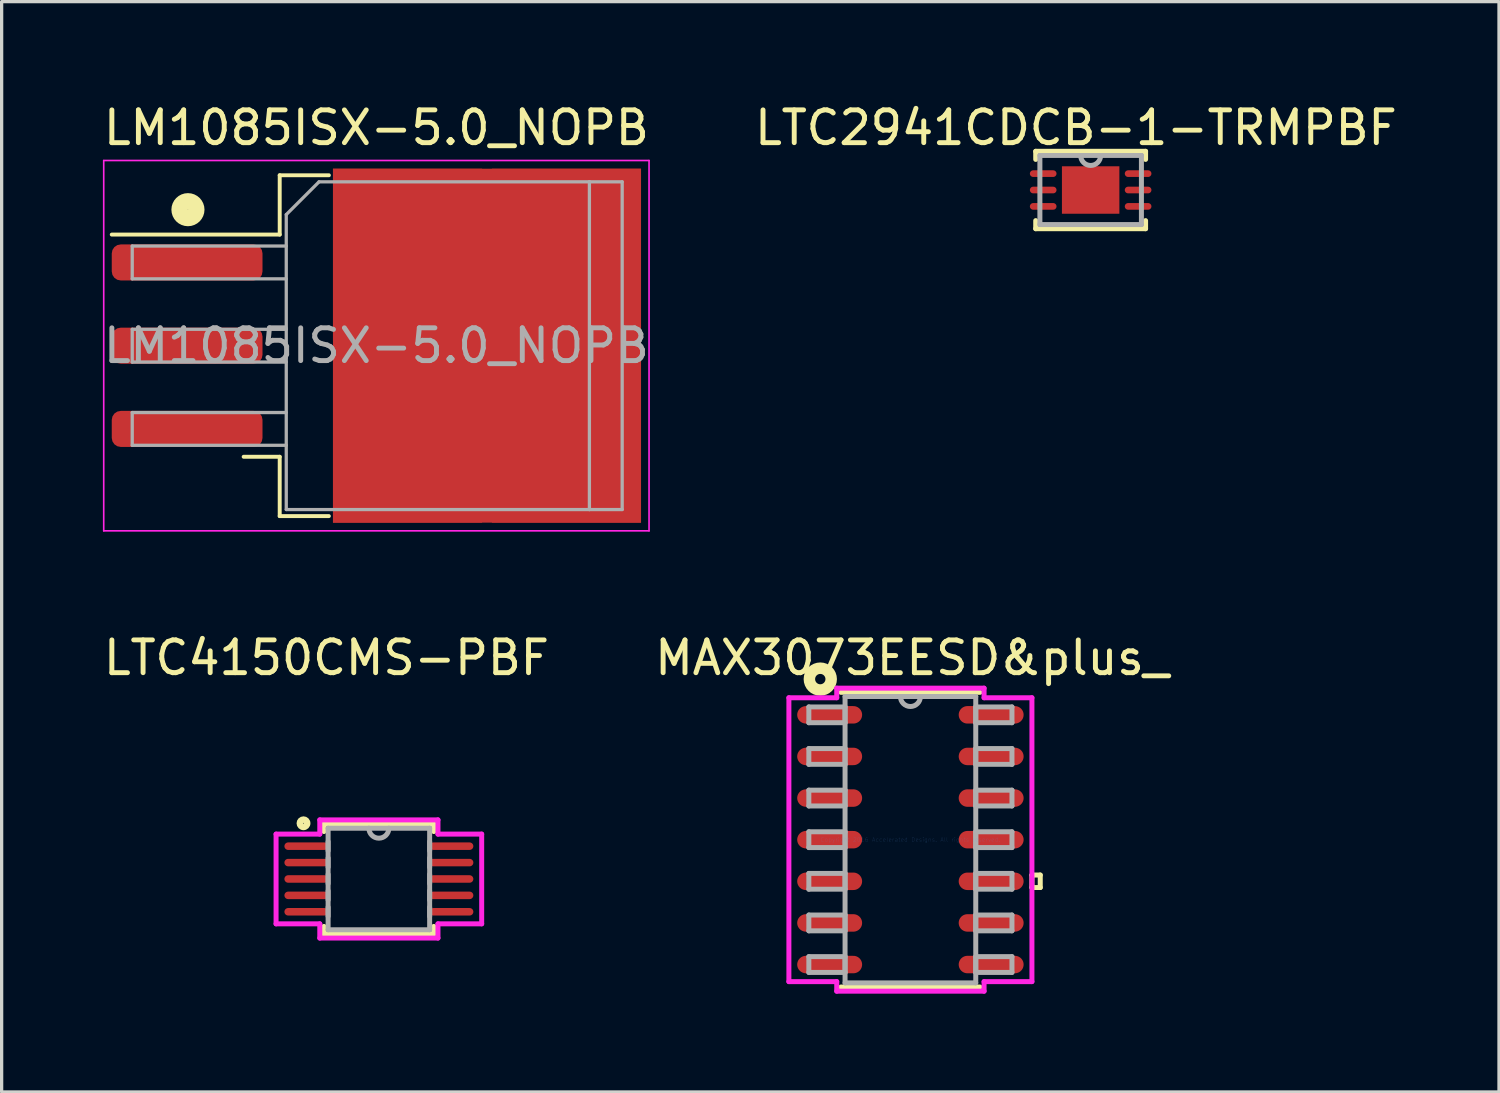
<source format=kicad_pcb>
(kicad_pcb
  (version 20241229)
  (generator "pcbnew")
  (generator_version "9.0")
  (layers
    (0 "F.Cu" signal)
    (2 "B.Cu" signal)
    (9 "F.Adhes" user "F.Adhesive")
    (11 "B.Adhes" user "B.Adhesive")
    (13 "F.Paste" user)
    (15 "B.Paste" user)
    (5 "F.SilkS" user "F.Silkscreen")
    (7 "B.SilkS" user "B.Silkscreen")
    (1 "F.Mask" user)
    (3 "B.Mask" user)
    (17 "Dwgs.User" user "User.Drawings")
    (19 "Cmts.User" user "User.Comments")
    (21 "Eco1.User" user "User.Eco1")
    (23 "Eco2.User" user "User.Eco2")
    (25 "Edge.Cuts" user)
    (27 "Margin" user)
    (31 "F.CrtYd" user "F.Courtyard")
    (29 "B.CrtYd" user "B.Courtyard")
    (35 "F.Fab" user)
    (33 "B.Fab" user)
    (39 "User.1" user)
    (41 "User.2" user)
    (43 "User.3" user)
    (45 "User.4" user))
  (footprint "LTC2941CDCB-1-TRMPBF"
    (layer "F.Cu")
    (at 30.23 2.748)
    (property "Reference" "LTC2941CDCB-1-TRMPBF" (at -0.45 -1.9 0) (layer "F.SilkS") (effects (font (size 1 1) (thickness 0.15))))
    (attr through_hole)
    (fp_line (start -1.676 -1.181) (end -1.676 -0.934) (stroke (width 0.152) (type solid)) (layer "F.SilkS"))
    (fp_line (start -1.676 0.934) (end -1.676 1.181) (stroke (width 0.152) (type solid)) (layer "F.SilkS"))
    (fp_line (start -1.676 1.181) (end 1.676 1.181) (stroke (width 0.152) (type solid)) (layer "F.SilkS"))
    (fp_line (start 1.676 -1.181) (end -1.676 -1.181) (stroke (width 0.152) (type solid)) (layer "F.SilkS"))
    (fp_line (start 1.676 -0.934) (end 1.676 -1.181) (stroke (width 0.152) (type solid)) (layer "F.SilkS"))
    (fp_line (start 1.676 1.181) (end 1.676 0.934) (stroke (width 0.152) (type solid)) (layer "F.SilkS"))
    (fp_line (start -1.549 -1.054) (end -1.549 1.054) (stroke (width 0.152) (type solid)) (layer "F.Fab"))
    (fp_line (start -1.549 1.054) (end 1.549 1.054) (stroke (width 0.152) (type solid)) (layer "F.Fab"))
    (fp_line (start 1.549 -1.054) (end -1.549 -1.054) (stroke (width 0.152) (type solid)) (layer "F.Fab"))
    (fp_line (start 1.549 1.054) (end 1.549 -1.054) (stroke (width 0.152) (type solid)) (layer "F.Fab"))
    (fp_arc (start 0.3048 -1.0541) (mid 0 -0.7493) (end -0.3048 -1.0541) (stroke (width 0.1524) (type solid)) (layer "F.Fab"))
    (pad "1" smd oval (at -1.448 -0.5) (size 0.813 0.203) (layers "F.Cu" "F.Mask" "F.Paste"))
    (pad "2" smd oval (at -1.448 0) (size 0.813 0.203) (layers "F.Cu" "F.Mask" "F.Paste"))
    (pad "3" smd oval (at -1.448 0.5) (size 0.813 0.203) (layers "F.Cu" "F.Mask" "F.Paste"))
    (pad "4" smd oval (at 1.448 0.5) (size 0.813 0.203) (layers "F.Cu" "F.Mask" "F.Paste"))
    (pad "5" smd oval (at 1.448 0) (size 0.813 0.203) (layers "F.Cu" "F.Mask" "F.Paste"))
    (pad "6" smd oval (at 1.448 -0.5) (size 0.813 0.203) (layers "F.Cu" "F.Mask" "F.Paste"))
    (pad "7" smd rect (at 0 0) (size 1.753 1.448) (layers "F.Cu" "F.Mask" "F.Paste")))
  (footprint "LM1085ISX-5.0_NOPB"
    (layer "F.Cu")
    (at 8.435 7.498)
    (property "Reference" "LM1085ISX-5.0_NOPB" (at 0 -6.65 0) (layer "F.SilkS") (effects (font (size 1 1) (thickness 0.15))))
    (attr smd)
    (fp_line (start -2.95 -5.2) (end -2.95 -3.39) (stroke (width 0.12) (type solid)) (layer "F.SilkS"))
    (fp_line (start -2.95 -3.39) (end -8.075 -3.39) (stroke (width 0.12) (type solid)) (layer "F.SilkS"))
    (fp_line (start -2.95 3.39) (end -4.05 3.39) (stroke (width 0.12) (type solid)) (layer "F.SilkS"))
    (fp_line (start -2.95 5.2) (end -2.95 3.39) (stroke (width 0.12) (type solid)) (layer "F.SilkS"))
    (fp_line (start -1.45 -5.2) (end -2.95 -5.2) (stroke (width 0.12) (type solid)) (layer "F.SilkS"))
    (fp_line (start -1.45 5.2) (end -2.95 5.2) (stroke (width 0.12) (type solid)) (layer "F.SilkS"))
    (fp_circle (center -5.75 -4.15) (end -5.5 -4.2) (stroke (width 0.5) (type solid)) (fill no) (layer "F.SilkS"))
    (fp_line (start -8.32 -5.65) (end -8.32 5.65) (stroke (width 0.05) (type solid)) (layer "F.CrtYd"))
    (fp_line (start -8.32 5.65) (end 8.32 5.65) (stroke (width 0.05) (type solid)) (layer "F.CrtYd"))
    (fp_line (start 8.32 -5.65) (end -8.32 -5.65) (stroke (width 0.05) (type solid)) (layer "F.CrtYd"))
    (fp_line (start 8.32 5.65) (end 8.32 -5.65) (stroke (width 0.05) (type solid)) (layer "F.CrtYd"))
    (fp_line (start -7.45 -3.04) (end -7.45 -2.04) (stroke (width 0.1) (type solid)) (layer "F.Fab"))
    (fp_line (start -7.45 -2.04) (end -2.75 -2.04) (stroke (width 0.1) (type solid)) (layer "F.Fab"))
    (fp_line (start -7.45 -0.5) (end -7.45 0.5) (stroke (width 0.1) (type solid)) (layer "F.Fab"))
    (fp_line (start -7.45 0.5) (end -2.75 0.5) (stroke (width 0.1) (type solid)) (layer "F.Fab"))
    (fp_line (start -7.45 2.04) (end -7.45 3.04) (stroke (width 0.1) (type solid)) (layer "F.Fab"))
    (fp_line (start -7.45 3.04) (end -2.75 3.04) (stroke (width 0.1) (type solid)) (layer "F.Fab"))
    (fp_line (start -2.75 -4) (end -1.75 -5) (stroke (width 0.1) (type solid)) (layer "F.Fab"))
    (fp_line (start -2.75 -3.04) (end -7.45 -3.04) (stroke (width 0.1) (type solid)) (layer "F.Fab"))
    (fp_line (start -2.75 -0.5) (end -7.45 -0.5) (stroke (width 0.1) (type solid)) (layer "F.Fab"))
    (fp_line (start -2.75 2.04) (end -7.45 2.04) (stroke (width 0.1) (type solid)) (layer "F.Fab"))
    (fp_line (start -2.75 5) (end -2.75 -4) (stroke (width 0.1) (type solid)) (layer "F.Fab"))
    (fp_line (start -1.75 -5) (end 6.5 -5) (stroke (width 0.1) (type solid)) (layer "F.Fab"))
    (fp_line (start 6.5 -5) (end 6.5 5) (stroke (width 0.1) (type solid)) (layer "F.Fab"))
    (fp_line (start 6.5 -5) (end 7.5 -5) (stroke (width 0.1) (type solid)) (layer "F.Fab"))
    (fp_line (start 6.5 5) (end -2.75 5) (stroke (width 0.1) (type solid)) (layer "F.Fab"))
    (fp_line (start 7.5 -5) (end 7.5 5) (stroke (width 0.1) (type solid)) (layer "F.Fab"))
    (fp_line (start 7.5 5) (end 6.5 5) (stroke (width 0.1) (type solid)) (layer "F.Fab"))
    (fp_text user "${REFERENCE}" (at 0 0 0) (layer "F.Fab") (effects (font (size 1 1) (thickness 0.15))))
    (pad "1" smd roundrect (at -5.775 -2.54) (size 4.6 1.1) (layers "F.Cu" "F.Mask" "F.Paste") (roundrect_rratio 0.25))
    (pad "2" smd roundrect (at -5.775 0) (size 4.6 1.1) (layers "F.Cu" "F.Mask" "F.Paste") (roundrect_rratio 0.25))
    (pad "3" smd roundrect (at -5.775 2.54) (size 4.6 1.1) (layers "F.Cu" "F.Mask" "F.Paste") (roundrect_rratio 0.25))
    (pad "4" smd rect (at 0.95 -2.775) (size 4.55 5.25) (layers "F.Cu" "F.Paste"))
    (pad "4" smd rect (at 0.95 2.775) (size 4.55 5.25) (layers "F.Cu" "F.Paste"))
    (pad "4" smd rect (at 3.375 0) (size 9.4 10.8) (layers "F.Cu" "F.Mask"))
    (pad "4" smd rect (at 5.8 -2.775) (size 4.55 5.25) (layers "F.Cu" "F.Paste"))
    (pad "4" smd rect (at 5.8 2.775) (size 4.55 5.25) (layers "F.Cu" "F.Paste")))
  (footprint "LTC4150CMS-PBF"
    (layer "F.Cu")
    (at 8.511 23.771)
    (property "Reference" "LTC4150CMS-PBF" (at -1.6 -6.75 0) (layer "F.SilkS") (effects (font (size 1 1) (thickness 0.15))))
    (attr through_hole)
    (fp_line (start -1.676 -1.676) (end -1.676 -1.448) (stroke (width 0.152) (type solid)) (layer "F.SilkS"))
    (fp_line (start -1.676 1.448) (end -1.676 1.676) (stroke (width 0.152) (type solid)) (layer "F.SilkS"))
    (fp_line (start -1.676 1.676) (end 1.676 1.676) (stroke (width 0.152) (type solid)) (layer "F.SilkS"))
    (fp_line (start 1.676 -1.676) (end -1.676 -1.676) (stroke (width 0.152) (type solid)) (layer "F.SilkS"))
    (fp_line (start 1.676 -1.448) (end 1.676 -1.676) (stroke (width 0.152) (type solid)) (layer "F.SilkS"))
    (fp_line (start 1.676 1.676) (end 1.676 1.448) (stroke (width 0.152) (type solid)) (layer "F.SilkS"))
    (fp_circle (center -2.3 -1.7) (end -2.2 -1.65) (stroke (width 0.2) (type solid)) (fill no) (layer "F.SilkS"))
    (fp_line (start -3.137 -1.369) (end -1.803 -1.369) (stroke (width 0.152) (type solid)) (layer "F.CrtYd"))
    (fp_line (start -3.137 1.369) (end -3.137 -1.369) (stroke (width 0.152) (type solid)) (layer "F.CrtYd"))
    (fp_line (start -1.803 -1.803) (end 1.803 -1.803) (stroke (width 0.152) (type solid)) (layer "F.CrtYd"))
    (fp_line (start -1.803 -1.369) (end -1.803 -1.803) (stroke (width 0.152) (type solid)) (layer "F.CrtYd"))
    (fp_line (start -1.803 1.369) (end -3.137 1.369) (stroke (width 0.152) (type solid)) (layer "F.CrtYd"))
    (fp_line (start -1.803 1.803) (end -1.803 1.369) (stroke (width 0.152) (type solid)) (layer "F.CrtYd"))
    (fp_line (start 1.803 -1.803) (end 1.803 -1.369) (stroke (width 0.152) (type solid)) (layer "F.CrtYd"))
    (fp_line (start 1.803 -1.369) (end 3.137 -1.369) (stroke (width 0.152) (type solid)) (layer "F.CrtYd"))
    (fp_line (start 1.803 1.369) (end 1.803 1.803) (stroke (width 0.152) (type solid)) (layer "F.CrtYd"))
    (fp_line (start 1.803 1.803) (end -1.803 1.803) (stroke (width 0.152) (type solid)) (layer "F.CrtYd"))
    (fp_line (start 3.137 -1.369) (end 3.137 1.369) (stroke (width 0.152) (type solid)) (layer "F.CrtYd"))
    (fp_line (start 3.137 1.369) (end 1.803 1.369) (stroke (width 0.152) (type solid)) (layer "F.CrtYd"))
    (fp_line (start -1.549 -1.549) (end -1.549 1.549) (stroke (width 0.152) (type solid)) (layer "F.Fab"))
    (fp_line (start -1.549 -0.861) (end -1.549 -1.14) (stroke (width 0.152) (type solid)) (layer "F.Fab"))
    (fp_line (start -1.549 -0.361) (end -1.549 -0.64) (stroke (width 0.152) (type solid)) (layer "F.Fab"))
    (fp_line (start -1.549 0.14) (end -1.549 -0.14) (stroke (width 0.152) (type solid)) (layer "F.Fab"))
    (fp_line (start -1.549 0.64) (end -1.549 0.361) (stroke (width 0.152) (type solid)) (layer "F.Fab"))
    (fp_line (start -1.549 1.14) (end -1.549 0.861) (stroke (width 0.152) (type solid)) (layer "F.Fab"))
    (fp_line (start -1.549 1.549) (end 1.549 1.549) (stroke (width 0.152) (type solid)) (layer "F.Fab"))
    (fp_line (start 1.549 -1.549) (end -1.549 -1.549) (stroke (width 0.152) (type solid)) (layer "F.Fab"))
    (fp_line (start 1.549 -1.14) (end 1.549 -0.861) (stroke (width 0.152) (type solid)) (layer "F.Fab"))
    (fp_line (start 1.549 -0.64) (end 1.549 -0.361) (stroke (width 0.152) (type solid)) (layer "F.Fab"))
    (fp_line (start 1.549 -0.14) (end 1.549 0.14) (stroke (width 0.152) (type solid)) (layer "F.Fab"))
    (fp_line (start 1.549 0.361) (end 1.549 0.64) (stroke (width 0.152) (type solid)) (layer "F.Fab"))
    (fp_line (start 1.549 0.861) (end 1.549 1.14) (stroke (width 0.152) (type solid)) (layer "F.Fab"))
    (fp_line (start 1.549 1.549) (end 1.549 -1.549) (stroke (width 0.152) (type solid)) (layer "F.Fab"))
    (fp_arc (start 0.3048 -1.5494) (mid 0 -1.2446) (end -0.3048 -1.5494) (stroke (width 0.1524) (type solid)) (layer "F.Fab"))
    (pad "1" smd oval (at -2.216 -1.001) (size 1.333 0.229) (layers "F.Cu" "F.Mask" "F.Paste"))
    (pad "2" smd oval (at -2.216 -0.5) (size 1.333 0.229) (layers "F.Cu" "F.Mask" "F.Paste"))
    (pad "3" smd oval (at -2.216 0) (size 1.333 0.229) (layers "F.Cu" "F.Mask" "F.Paste"))
    (pad "4" smd oval (at -2.216 0.5) (size 1.333 0.229) (layers "F.Cu" "F.Mask" "F.Paste"))
    (pad "5" smd oval (at -2.216 1.001) (size 1.333 0.229) (layers "F.Cu" "F.Mask" "F.Paste"))
    (pad "6" smd oval (at 2.216 1.001) (size 1.333 0.229) (layers "F.Cu" "F.Mask" "F.Paste"))
    (pad "7" smd oval (at 2.216 0.5) (size 1.333 0.229) (layers "F.Cu" "F.Mask" "F.Paste"))
    (pad "8" smd oval (at 2.216 0) (size 1.333 0.229) (layers "F.Cu" "F.Mask" "F.Paste"))
    (pad "9" smd oval (at 2.216 -0.5) (size 1.333 0.229) (layers "F.Cu" "F.Mask" "F.Paste"))
    (pad "10" smd oval (at 2.216 -1.001) (size 1.333 0.229) (layers "F.Cu" "F.Mask" "F.Paste")))
  (footprint "MAX3073EESD&plus_"
    (layer "F.Cu")
    (at 24.73 22.572)
    (property "Reference" "MAX3073EESD&plus_" (at 0.05 -5.55 0) (layer "F.SilkS") (effects (font (size 1 1) (thickness 0.15))))
    (attr through_hole)
    (fp_line (start -2.121 4.496) (end 2.121 4.496) (stroke (width 0.152) (type solid)) (layer "F.SilkS"))
    (fp_line (start 2.121 -4.496) (end -2.121 -4.496) (stroke (width 0.152) (type solid)) (layer "F.SilkS"))
    (fp_line (start 3.708 1.079) (end 3.962 1.079) (stroke (width 0.152) (type solid)) (layer "F.SilkS"))
    (fp_line (start 3.708 1.46) (end 3.708 1.079) (stroke (width 0.152) (type solid)) (layer "F.SilkS"))
    (fp_line (start 3.962 1.079) (end 3.962 1.46) (stroke (width 0.152) (type solid)) (layer "F.SilkS"))
    (fp_line (start 3.962 1.46) (end 3.708 1.46) (stroke (width 0.152) (type solid)) (layer "F.SilkS"))
    (fp_circle (center -2.75 -4.9) (end -2.592 -4.9) (stroke (width 0.35) (type solid)) (fill no) (layer "F.SilkS"))
    (fp_line (start -3.708 -4.331) (end -2.248 -4.331) (stroke (width 0.152) (type solid)) (layer "F.CrtYd"))
    (fp_line (start -3.708 4.331) (end -3.708 -4.331) (stroke (width 0.152) (type solid)) (layer "F.CrtYd"))
    (fp_line (start -2.248 -4.623) (end 2.248 -4.623) (stroke (width 0.152) (type solid)) (layer "F.CrtYd"))
    (fp_line (start -2.248 -4.331) (end -2.248 -4.623) (stroke (width 0.152) (type solid)) (layer "F.CrtYd"))
    (fp_line (start -2.248 4.331) (end -3.708 4.331) (stroke (width 0.152) (type solid)) (layer "F.CrtYd"))
    (fp_line (start -2.248 4.623) (end -2.248 4.331) (stroke (width 0.152) (type solid)) (layer "F.CrtYd"))
    (fp_line (start 2.248 -4.623) (end 2.248 -4.331) (stroke (width 0.152) (type solid)) (layer "F.CrtYd"))
    (fp_line (start 2.248 -4.331) (end 3.708 -4.331) (stroke (width 0.152) (type solid)) (layer "F.CrtYd"))
    (fp_line (start 2.248 4.331) (end 2.248 4.623) (stroke (width 0.152) (type solid)) (layer "F.CrtYd"))
    (fp_line (start 2.248 4.623) (end -2.248 4.623) (stroke (width 0.152) (type solid)) (layer "F.CrtYd"))
    (fp_line (start 3.708 -4.331) (end 3.708 4.331) (stroke (width 0.152) (type solid)) (layer "F.CrtYd"))
    (fp_line (start 3.708 4.331) (end 2.248 4.331) (stroke (width 0.152) (type solid)) (layer "F.CrtYd"))
    (fp_line (start -3.099 -4.051) (end -3.099 -3.569) (stroke (width 0.152) (type solid)) (layer "F.Fab"))
    (fp_line (start -3.099 -3.569) (end -1.994 -3.569) (stroke (width 0.152) (type solid)) (layer "F.Fab"))
    (fp_line (start -3.099 -2.781) (end -3.099 -2.299) (stroke (width 0.152) (type solid)) (layer "F.Fab"))
    (fp_line (start -3.099 -2.299) (end -1.994 -2.299) (stroke (width 0.152) (type solid)) (layer "F.Fab"))
    (fp_line (start -3.099 -1.511) (end -3.099 -1.029) (stroke (width 0.152) (type solid)) (layer "F.Fab"))
    (fp_line (start -3.099 -1.029) (end -1.994 -1.029) (stroke (width 0.152) (type solid)) (layer "F.Fab"))
    (fp_line (start -3.099 -0.241) (end -3.099 0.241) (stroke (width 0.152) (type solid)) (layer "F.Fab"))
    (fp_line (start -3.099 0.241) (end -1.994 0.241) (stroke (width 0.152) (type solid)) (layer "F.Fab"))
    (fp_line (start -3.099 1.029) (end -3.099 1.511) (stroke (width 0.152) (type solid)) (layer "F.Fab"))
    (fp_line (start -3.099 1.511) (end -1.994 1.511) (stroke (width 0.152) (type solid)) (layer "F.Fab"))
    (fp_line (start -3.099 2.299) (end -3.099 2.781) (stroke (width 0.152) (type solid)) (layer "F.Fab"))
    (fp_line (start -3.099 2.781) (end -1.994 2.781) (stroke (width 0.152) (type solid)) (layer "F.Fab"))
    (fp_line (start -3.099 3.569) (end -3.099 4.051) (stroke (width 0.152) (type solid)) (layer "F.Fab"))
    (fp_line (start -3.099 4.051) (end -1.994 4.051) (stroke (width 0.152) (type solid)) (layer "F.Fab"))
    (fp_line (start -1.994 -4.369) (end -1.994 4.369) (stroke (width 0.152) (type solid)) (layer "F.Fab"))
    (fp_line (start -1.994 -4.051) (end -3.099 -4.051) (stroke (width 0.152) (type solid)) (layer "F.Fab"))
    (fp_line (start -1.994 -3.569) (end -1.994 -4.051) (stroke (width 0.152) (type solid)) (layer "F.Fab"))
    (fp_line (start -1.994 -2.781) (end -3.099 -2.781) (stroke (width 0.152) (type solid)) (layer "F.Fab"))
    (fp_line (start -1.994 -2.299) (end -1.994 -2.781) (stroke (width 0.152) (type solid)) (layer "F.Fab"))
    (fp_line (start -1.994 -1.511) (end -3.099 -1.511) (stroke (width 0.152) (type solid)) (layer "F.Fab"))
    (fp_line (start -1.994 -1.029) (end -1.994 -1.511) (stroke (width 0.152) (type solid)) (layer "F.Fab"))
    (fp_line (start -1.994 -0.241) (end -3.099 -0.241) (stroke (width 0.152) (type solid)) (layer "F.Fab"))
    (fp_line (start -1.994 0.241) (end -1.994 -0.241) (stroke (width 0.152) (type solid)) (layer "F.Fab"))
    (fp_line (start -1.994 1.029) (end -3.099 1.029) (stroke (width 0.152) (type solid)) (layer "F.Fab"))
    (fp_line (start -1.994 1.511) (end -1.994 1.029) (stroke (width 0.152) (type solid)) (layer "F.Fab"))
    (fp_line (start -1.994 2.299) (end -3.099 2.299) (stroke (width 0.152) (type solid)) (layer "F.Fab"))
    (fp_line (start -1.994 2.781) (end -1.994 2.299) (stroke (width 0.152) (type solid)) (layer "F.Fab"))
    (fp_line (start -1.994 3.569) (end -3.099 3.569) (stroke (width 0.152) (type solid)) (layer "F.Fab"))
    (fp_line (start -1.994 4.051) (end -1.994 3.569) (stroke (width 0.152) (type solid)) (layer "F.Fab"))
    (fp_line (start -1.994 4.369) (end 1.994 4.369) (stroke (width 0.152) (type solid)) (layer "F.Fab"))
    (fp_line (start 1.994 -4.369) (end -1.994 -4.369) (stroke (width 0.152) (type solid)) (layer "F.Fab"))
    (fp_line (start 1.994 -4.051) (end 1.994 -3.569) (stroke (width 0.152) (type solid)) (layer "F.Fab"))
    (fp_line (start 1.994 -3.569) (end 3.099 -3.569) (stroke (width 0.152) (type solid)) (layer "F.Fab"))
    (fp_line (start 1.994 -2.781) (end 1.994 -2.299) (stroke (width 0.152) (type solid)) (layer "F.Fab"))
    (fp_line (start 1.994 -2.299) (end 3.099 -2.299) (stroke (width 0.152) (type solid)) (layer "F.Fab"))
    (fp_line (start 1.994 -1.511) (end 1.994 -1.029) (stroke (width 0.152) (type solid)) (layer "F.Fab"))
    (fp_line (start 1.994 -1.029) (end 3.099 -1.029) (stroke (width 0.152) (type solid)) (layer "F.Fab"))
    (fp_line (start 1.994 -0.241) (end 1.994 0.241) (stroke (width 0.152) (type solid)) (layer "F.Fab"))
    (fp_line (start 1.994 0.241) (end 3.099 0.241) (stroke (width 0.152) (type solid)) (layer "F.Fab"))
    (fp_line (start 1.994 1.029) (end 1.994 1.511) (stroke (width 0.152) (type solid)) (layer "F.Fab"))
    (fp_line (start 1.994 1.511) (end 3.099 1.511) (stroke (width 0.152) (type solid)) (layer "F.Fab"))
    (fp_line (start 1.994 2.299) (end 1.994 2.781) (stroke (width 0.152) (type solid)) (layer "F.Fab"))
    (fp_line (start 1.994 2.781) (end 3.099 2.781) (stroke (width 0.152) (type solid)) (layer "F.Fab"))
    (fp_line (start 1.994 3.569) (end 1.994 4.051) (stroke (width 0.152) (type solid)) (layer "F.Fab"))
    (fp_line (start 1.994 4.051) (end 3.099 4.051) (stroke (width 0.152) (type solid)) (layer "F.Fab"))
    (fp_line (start 1.994 4.369) (end 1.994 -4.369) (stroke (width 0.152) (type solid)) (layer "F.Fab"))
    (fp_line (start 3.099 -4.051) (end 1.994 -4.051) (stroke (width 0.152) (type solid)) (layer "F.Fab"))
    (fp_line (start 3.099 -3.569) (end 3.099 -4.051) (stroke (width 0.152) (type solid)) (layer "F.Fab"))
    (fp_line (start 3.099 -2.781) (end 1.994 -2.781) (stroke (width 0.152) (type solid)) (layer "F.Fab"))
    (fp_line (start 3.099 -2.299) (end 3.099 -2.781) (stroke (width 0.152) (type solid)) (layer "F.Fab"))
    (fp_line (start 3.099 -1.511) (end 1.994 -1.511) (stroke (width 0.152) (type solid)) (layer "F.Fab"))
    (fp_line (start 3.099 -1.029) (end 3.099 -1.511) (stroke (width 0.152) (type solid)) (layer "F.Fab"))
    (fp_line (start 3.099 -0.241) (end 1.994 -0.241) (stroke (width 0.152) (type solid)) (layer "F.Fab"))
    (fp_line (start 3.099 0.241) (end 3.099 -0.241) (stroke (width 0.152) (type solid)) (layer "F.Fab"))
    (fp_line (start 3.099 1.029) (end 1.994 1.029) (stroke (width 0.152) (type solid)) (layer "F.Fab"))
    (fp_line (start 3.099 1.511) (end 3.099 1.029) (stroke (width 0.152) (type solid)) (layer "F.Fab"))
    (fp_line (start 3.099 2.299) (end 1.994 2.299) (stroke (width 0.152) (type solid)) (layer "F.Fab"))
    (fp_line (start 3.099 2.781) (end 3.099 2.299) (stroke (width 0.152) (type solid)) (layer "F.Fab"))
    (fp_line (start 3.099 3.569) (end 1.994 3.569) (stroke (width 0.152) (type solid)) (layer "F.Fab"))
    (fp_line (start 3.099 4.051) (end 3.099 3.569) (stroke (width 0.152) (type solid)) (layer "F.Fab"))
    (fp_arc (start 0.3048 -4.3688) (mid 0 -4.064) (end -0.3048 -4.3688) (stroke (width 0.1524) (type solid)) (layer "F.Fab"))
    (fp_text user "Copyright 2016 Accelerated Designs. All rights reserved." (at 0 0 0) (layer "Cmts.User") (effects (font (size 0.127 0.127) (thickness 0.002))))
    (pad "1" smd oval (at -2.464 -3.81) (size 1.981 0.533) (layers "F.Cu" "F.Mask" "F.Paste"))
    (pad "2" smd oval (at -2.464 -2.54) (size 1.981 0.533) (layers "F.Cu" "F.Mask" "F.Paste"))
    (pad "3" smd oval (at -2.464 -1.27) (size 1.981 0.533) (layers "F.Cu" "F.Mask" "F.Paste"))
    (pad "4" smd oval (at -2.464 0) (size 1.981 0.533) (layers "F.Cu" "F.Mask" "F.Paste"))
    (pad "5" smd oval (at -2.464 1.27) (size 1.981 0.533) (layers "F.Cu" "F.Mask" "F.Paste"))
    (pad "6" smd oval (at -2.464 2.54) (size 1.981 0.533) (layers "F.Cu" "F.Mask" "F.Paste"))
    (pad "7" smd oval (at -2.464 3.81) (size 1.981 0.533) (layers "F.Cu" "F.Mask" "F.Paste"))
    (pad "8" smd oval (at 2.464 3.81) (size 1.981 0.533) (layers "F.Cu" "F.Mask" "F.Paste"))
    (pad "9" smd oval (at 2.464 2.54) (size 1.981 0.533) (layers "F.Cu" "F.Mask" "F.Paste"))
    (pad "10" smd oval (at 2.464 1.27) (size 1.981 0.533) (layers "F.Cu" "F.Mask" "F.Paste"))
    (pad "11" smd oval (at 2.464 0) (size 1.981 0.533) (layers "F.Cu" "F.Mask" "F.Paste"))
    (pad "12" smd oval (at 2.464 -1.27) (size 1.981 0.533) (layers "F.Cu" "F.Mask" "F.Paste"))
    (pad "13" smd oval (at 2.464 -2.54) (size 1.981 0.533) (layers "F.Cu" "F.Mask" "F.Paste"))
    (pad "14" smd oval (at 2.464 -3.81) (size 1.981 0.533) (layers "F.Cu" "F.Mask" "F.Paste")))
  (gr_rect
    (start -3 -3)
    (end 42.69 30.27)
    (stroke (width 0.1) (type default))
    (fill no)
    (layer "Edge.Cuts")))
</source>
